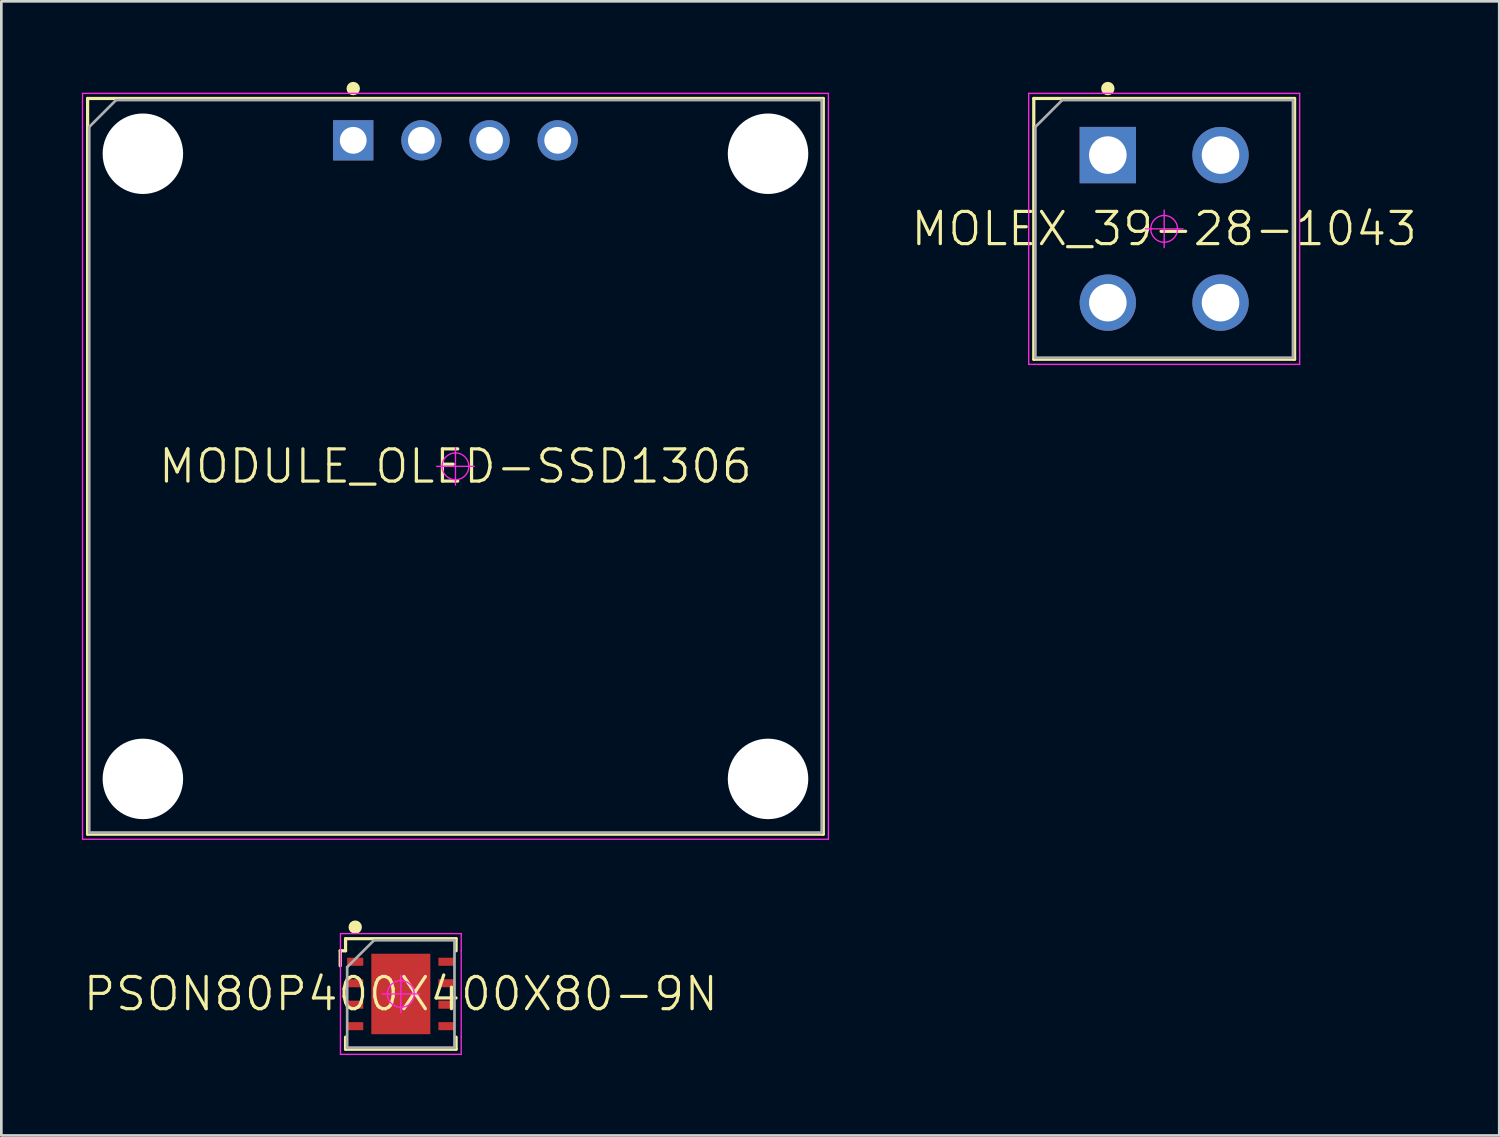
<source format=kicad_pcb>
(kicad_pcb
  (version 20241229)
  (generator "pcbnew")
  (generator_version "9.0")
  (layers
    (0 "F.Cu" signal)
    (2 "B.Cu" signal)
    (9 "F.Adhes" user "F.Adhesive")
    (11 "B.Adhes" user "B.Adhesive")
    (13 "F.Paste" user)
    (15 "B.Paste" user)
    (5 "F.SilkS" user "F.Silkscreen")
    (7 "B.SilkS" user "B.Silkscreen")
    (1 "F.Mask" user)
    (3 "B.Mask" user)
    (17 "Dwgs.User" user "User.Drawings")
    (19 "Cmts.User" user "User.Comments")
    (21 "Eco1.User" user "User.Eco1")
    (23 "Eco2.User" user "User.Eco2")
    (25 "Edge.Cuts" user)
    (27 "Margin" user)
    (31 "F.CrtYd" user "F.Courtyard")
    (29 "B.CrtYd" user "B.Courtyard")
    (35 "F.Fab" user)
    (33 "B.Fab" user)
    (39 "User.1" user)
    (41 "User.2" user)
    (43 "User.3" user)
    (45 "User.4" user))
  (footprint "MODULE_OLED-SSD1306"
    (layer "F.Cu")
    (at 13.925 14.33)
    (property "Reference" "MODULE_OLED-SSD1306" (at 0 0 0) (layer "F.SilkS") (effects (font (size 1.2 1.2) (thickness 0.12))))
    (attr through_hole)
    (fp_line (start -13.71 -13.71) (end 13.71 -13.71) (stroke (width 0.12) (type solid)) (layer "F.SilkS"))
    (fp_line (start -13.71 13.71) (end -13.71 -13.71) (stroke (width 0.12) (type solid)) (layer "F.SilkS"))
    (fp_line (start 13.71 -13.71) (end 13.71 13.71) (stroke (width 0.12) (type solid)) (layer "F.SilkS"))
    (fp_line (start 13.71 13.71) (end -13.71 13.71) (stroke (width 0.12) (type solid)) (layer "F.SilkS"))
    (fp_circle (center -3.81 -14.08) (end -3.81 -13.955) (stroke (width 0.25) (type solid)) (fill no) (layer "F.SilkS"))
    (fp_line (start -13.9 -13.9) (end 13.9 -13.9) (stroke (width 0.05) (type solid)) (layer "F.CrtYd"))
    (fp_line (start -13.9 13.9) (end -13.9 -13.9) (stroke (width 0.05) (type solid)) (layer "F.CrtYd"))
    (fp_line (start -0.7 0) (end 0.7 0) (stroke (width 0.05) (type solid)) (layer "F.CrtYd"))
    (fp_line (start 0 -0.7) (end 0 0.7) (stroke (width 0.05) (type solid)) (layer "F.CrtYd"))
    (fp_line (start 13.9 -13.9) (end 13.9 13.9) (stroke (width 0.05) (type solid)) (layer "F.CrtYd"))
    (fp_line (start 13.9 13.9) (end -13.9 13.9) (stroke (width 0.05) (type solid)) (layer "F.CrtYd"))
    (fp_circle (center 0 0) (end 0 0.5) (stroke (width 0.05) (type solid)) (fill no) (layer "F.CrtYd"))
    (fp_line (start -13.65 -12.65) (end -12.65 -13.65) (stroke (width 0.1) (type solid)) (layer "F.Fab"))
    (fp_line (start -13.65 13.65) (end -13.65 -12.65) (stroke (width 0.1) (type solid)) (layer "F.Fab"))
    (fp_line (start -12.65 -13.65) (end 13.65 -13.65) (stroke (width 0.1) (type solid)) (layer "F.Fab"))
    (fp_line (start 13.65 -13.65) (end 13.65 13.65) (stroke (width 0.1) (type solid)) (layer "F.Fab"))
    (fp_line (start 13.65 13.65) (end -13.65 13.65) (stroke (width 0.1) (type solid)) (layer "F.Fab"))
    (pad "" np_thru_hole circle (at -11.65 -11.65) (size 3 3) (drill 3) (layers "*.Cu" "*.Mask"))
    (pad "" np_thru_hole circle (at -11.65 11.65) (size 3 3) (drill 3) (layers "*.Cu" "*.Mask"))
    (pad "" np_thru_hole circle (at 11.65 -11.65) (size 3 3) (drill 3) (layers "*.Cu" "*.Mask"))
    (pad "" np_thru_hole circle (at 11.65 11.65) (size 3 3) (drill 3) (layers "*.Cu" "*.Mask"))
    (pad "1" thru_hole rect (at -3.81 -12.15) (size 1.5 1.5) (drill 1) (layers "*.Cu" "*.Paste" "*.Mask"))
    (pad "2" thru_hole circle (at -1.27 -12.15) (size 1.5 1.5) (drill 1) (layers "*.Cu" "*.Paste" "*.Mask"))
    (pad "3" thru_hole circle (at 1.27 -12.15) (size 1.5 1.5) (drill 1) (layers "*.Cu" "*.Paste" "*.Mask"))
    (pad "4" thru_hole circle (at 3.81 -12.15) (size 1.5 1.5) (drill 1) (layers "*.Cu" "*.Paste" "*.Mask")))
  (footprint "MOLEX_39-28-1043"
    (layer "F.Cu")
    (at 40.339 5.48)
    (property "Reference" "MOLEX_39-28-1043" (at 0 0 0) (layer "F.SilkS") (effects (font (size 1.2 1.2) (thickness 0.12))))
    (attr through_hole)
    (fp_line (start -4.86 -4.86) (end 4.86 -4.86) (stroke (width 0.12) (type solid)) (layer "F.SilkS"))
    (fp_line (start -4.86 4.86) (end -4.86 -4.86) (stroke (width 0.12) (type solid)) (layer "F.SilkS"))
    (fp_line (start 4.86 -4.86) (end 4.86 4.86) (stroke (width 0.12) (type solid)) (layer "F.SilkS"))
    (fp_line (start 4.86 4.86) (end -4.86 4.86) (stroke (width 0.12) (type solid)) (layer "F.SilkS"))
    (fp_circle (center -2.1 -5.23) (end -2.1 -5.105) (stroke (width 0.25) (type solid)) (fill no) (layer "F.SilkS"))
    (fp_line (start -5.05 -5.05) (end 5.05 -5.05) (stroke (width 0.05) (type solid)) (layer "F.CrtYd"))
    (fp_line (start -5.05 5.05) (end -5.05 -5.05) (stroke (width 0.05) (type solid)) (layer "F.CrtYd"))
    (fp_line (start -0.7 0) (end 0.7 0) (stroke (width 0.05) (type solid)) (layer "F.CrtYd"))
    (fp_line (start 0 -0.7) (end 0 0.7) (stroke (width 0.05) (type solid)) (layer "F.CrtYd"))
    (fp_line (start 5.05 -5.05) (end 5.05 5.05) (stroke (width 0.05) (type solid)) (layer "F.CrtYd"))
    (fp_line (start 5.05 5.05) (end -5.05 5.05) (stroke (width 0.05) (type solid)) (layer "F.CrtYd"))
    (fp_circle (center 0 0) (end 0 0.5) (stroke (width 0.05) (type solid)) (fill no) (layer "F.CrtYd"))
    (fp_line (start -4.8 -3.8) (end -3.8 -4.8) (stroke (width 0.1) (type solid)) (layer "F.Fab"))
    (fp_line (start -4.8 4.8) (end -4.8 -3.8) (stroke (width 0.1) (type solid)) (layer "F.Fab"))
    (fp_line (start -3.8 -4.8) (end 4.8 -4.8) (stroke (width 0.1) (type solid)) (layer "F.Fab"))
    (fp_line (start 4.8 -4.8) (end 4.8 4.8) (stroke (width 0.1) (type solid)) (layer "F.Fab"))
    (fp_line (start 4.8 4.8) (end -4.8 4.8) (stroke (width 0.1) (type solid)) (layer "F.Fab"))
    (pad "1" thru_hole rect (at -2.1 -2.75) (size 2.1 2.1) (drill 1.4) (layers "*.Cu" "*.Paste" "*.Mask"))
    (pad "2" thru_hole circle (at 2.1 -2.75) (size 2.1 2.1) (drill 1.4) (layers "*.Cu" "*.Paste" "*.Mask"))
    (pad "3" thru_hole circle (at -2.1 2.75) (size 2.1 2.1) (drill 1.4) (layers "*.Cu" "*.Paste" "*.Mask"))
    (pad "4" thru_hole circle (at 2.1 2.75) (size 2.1 2.1) (drill 1.4) (layers "*.Cu" "*.Paste" "*.Mask")))
  (footprint "PSON80P400X400X80-9N"
    (layer "F.Cu")
    (at 11.889 33.995)
    (property "Reference" "PSON80P400X400X80-9N" (at 0 0 0) (layer "F.SilkS") (effects (font (size 1.2 1.2) (thickness 0.12))))
    (attr smd)
    (fp_line (start -2.26 -1.61) (end -2.26 -1.05) (stroke (width 0.12) (type solid)) (layer "F.SilkS"))
    (fp_line (start -2.06 -2.06) (end -2.06 -1.61) (stroke (width 0.12) (type solid)) (layer "F.SilkS"))
    (fp_line (start -2.06 -2.06) (end 2.06 -2.06) (stroke (width 0.12) (type solid)) (layer "F.SilkS"))
    (fp_line (start -2.06 -1.61) (end -2.26 -1.61) (stroke (width 0.12) (type solid)) (layer "F.SilkS"))
    (fp_line (start -2.06 1.61) (end -2.06 2.06) (stroke (width 0.12) (type solid)) (layer "F.SilkS"))
    (fp_line (start 2.06 -2.06) (end 2.06 -1.61) (stroke (width 0.12) (type solid)) (layer "F.SilkS"))
    (fp_line (start 2.06 1.61) (end 2.06 2.06) (stroke (width 0.12) (type solid)) (layer "F.SilkS"))
    (fp_line (start 2.06 2.06) (end -2.06 2.06) (stroke (width 0.12) (type solid)) (layer "F.SilkS"))
    (fp_circle (center -1.7 -2.49) (end -1.7 -2.365) (stroke (width 0.25) (type solid)) (fill no) (layer "F.SilkS"))
    (fp_line (start -2.25 -2.25) (end 2.25 -2.25) (stroke (width 0.05) (type solid)) (layer "F.CrtYd"))
    (fp_line (start -2.25 -1.6) (end -2.25 -2.25) (stroke (width 0.05) (type solid)) (layer "F.CrtYd"))
    (fp_line (start -2.25 1.6) (end -2.25 -1.6) (stroke (width 0.05) (type solid)) (layer "F.CrtYd"))
    (fp_line (start -2.25 2.25) (end -2.25 1.6) (stroke (width 0.05) (type solid)) (layer "F.CrtYd"))
    (fp_line (start -0.7 0) (end 0.7 0) (stroke (width 0.05) (type solid)) (layer "F.CrtYd"))
    (fp_line (start 0 -0.7) (end 0 0.7) (stroke (width 0.05) (type solid)) (layer "F.CrtYd"))
    (fp_line (start 2.25 -2.25) (end 2.25 -1.6) (stroke (width 0.05) (type solid)) (layer "F.CrtYd"))
    (fp_line (start 2.25 -1.6) (end 2.25 1.6) (stroke (width 0.05) (type solid)) (layer "F.CrtYd"))
    (fp_line (start 2.25 1.6) (end 2.25 2.25) (stroke (width 0.05) (type solid)) (layer "F.CrtYd"))
    (fp_line (start 2.25 2.25) (end -2.25 2.25) (stroke (width 0.05) (type solid)) (layer "F.CrtYd"))
    (fp_circle (center 0 0) (end 0 0.5) (stroke (width 0.05) (type solid)) (fill no) (layer "F.CrtYd"))
    (fp_line (start -2 -1) (end -1 -2) (stroke (width 0.1) (type solid)) (layer "F.Fab"))
    (fp_line (start -2 2) (end -2 -1) (stroke (width 0.1) (type solid)) (layer "F.Fab"))
    (fp_line (start -1 -2) (end 2 -2) (stroke (width 0.1) (type solid)) (layer "F.Fab"))
    (fp_line (start 2 -2) (end 2 2) (stroke (width 0.1) (type solid)) (layer "F.Fab"))
    (fp_line (start 2 2) (end -2 2) (stroke (width 0.1) (type solid)) (layer "F.Fab"))
    (pad "1" smd rect (at -1.7 -1.2) (size 0.6 0.3) (layers "F.Cu" "F.Mask" "F.Paste"))
    (pad "2" smd rect (at -1.7 -0.4) (size 0.6 0.3) (layers "F.Cu" "F.Mask" "F.Paste"))
    (pad "3" smd rect (at -1.7 0.4) (size 0.6 0.3) (layers "F.Cu" "F.Mask" "F.Paste"))
    (pad "4" smd rect (at -1.7 1.2) (size 0.6 0.3) (layers "F.Cu" "F.Mask" "F.Paste"))
    (pad "5" smd rect (at 1.7 1.2) (size 0.6 0.3) (layers "F.Cu" "F.Mask" "F.Paste"))
    (pad "6" smd rect (at 1.7 0.4) (size 0.6 0.3) (layers "F.Cu" "F.Mask" "F.Paste"))
    (pad "7" smd rect (at 1.7 -0.4) (size 0.6 0.3) (layers "F.Cu" "F.Mask" "F.Paste"))
    (pad "8" smd rect (at 1.7 -1.2) (size 0.6 0.3) (layers "F.Cu" "F.Mask" "F.Paste"))
    (pad "9" smd rect (at 0 0) (size 2.2 3) (layers "F.Cu" "F.Mask" "F.Paste")))
  (gr_rect
    (start -3 -3)
    (end 52.827 39.27)
    (stroke (width 0.1) (type default))
    (fill no)
    (layer "Edge.Cuts")))
</source>
